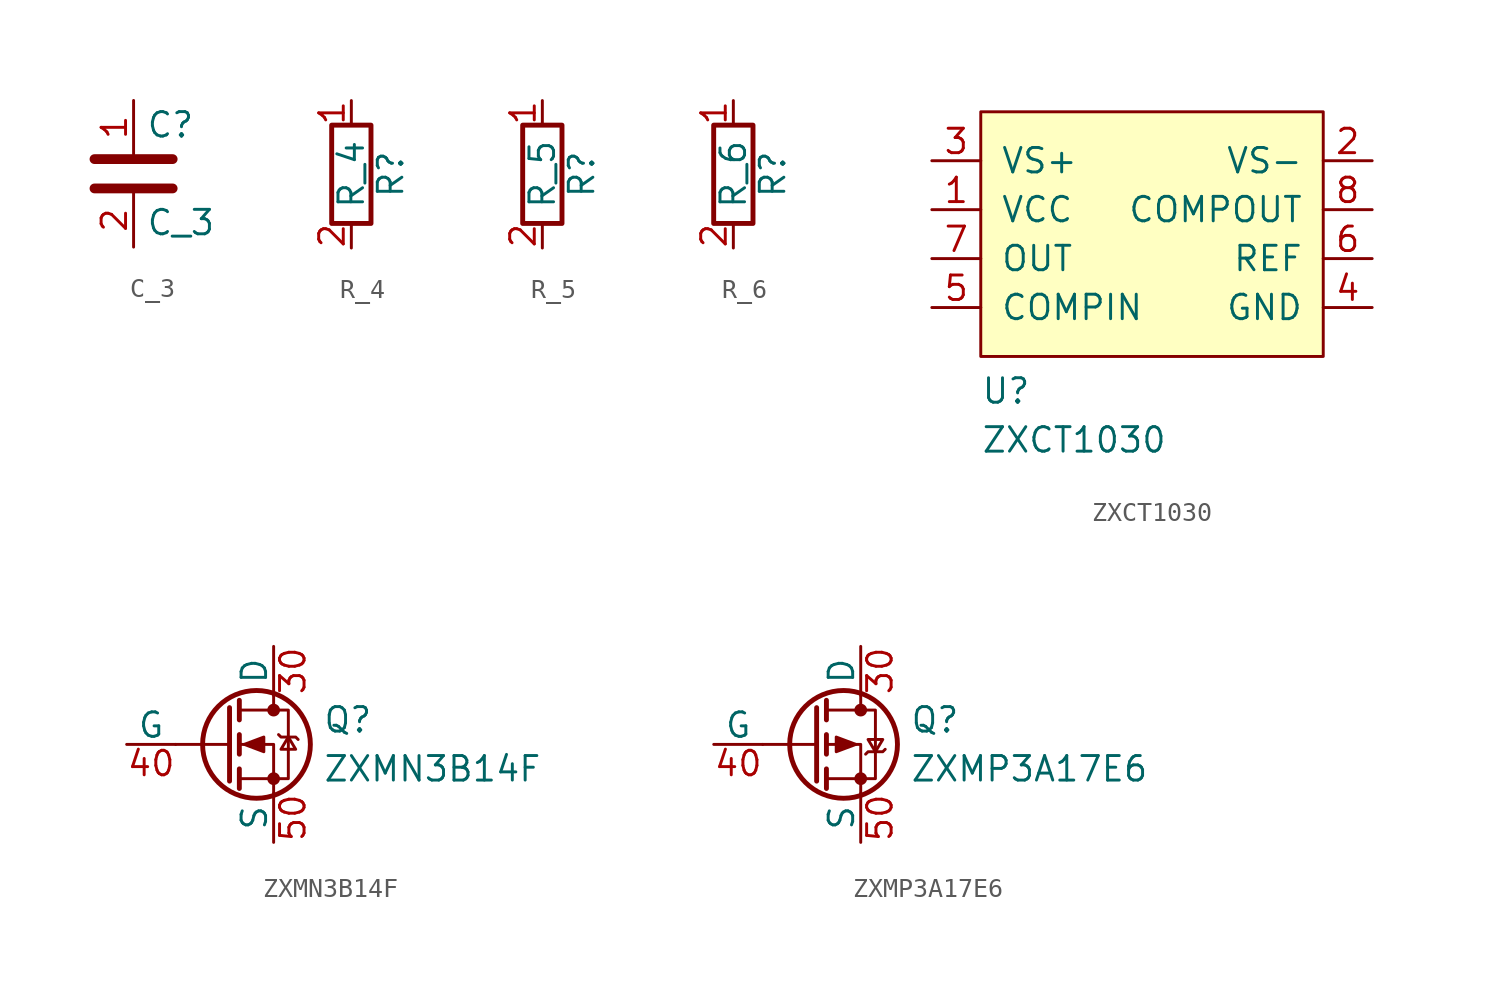
<source format=kicad_sym>
(kicad_symbol_lib
  (version 20231120)
  (generator "kicad_symbol_editor")
  (generator_version "8.0")
  (symbol "C_3"
    (pin_names
      (offset 0.254))
    (property "Reference" "C"
      (at 0.635 2.54 0)
      (effects (font (size 1.27 1.27)) (justify left)))
    (property "Value" "C_3"
      (at 0.635 -2.54 0)
      (effects (font (size 1.27 1.27)) (justify left)))
    (symbol "C_3_0_1"
      (polyline (pts (xy -2.032 -0.762) (xy 2.032 -0.762)) (stroke (width 0.508) (type default)) (fill (type none)))
      (polyline (pts (xy -2.032 0.762) (xy 2.032 0.762)) (stroke (width 0.508) (type default)) (fill (type none))))
    (symbol "C_3_1_1"
      (pin passive line (at 0 3.81 270) (length 2.794) (name "~" (effects (font (size 1.27 1.27)))) (number "1" (effects (font (size 1.27 1.27)))))
      (pin passive line (at 0 -3.81 90) (length 2.794) (name "~" (effects (font (size 1.27 1.27)))) (number "2" (effects (font (size 1.27 1.27)))))))
  (symbol "R_4"
    (pin_names
      (offset 0))
    (property "Reference" "R"
      (at 2.032 0 90)
      (effects (font (size 1.27 1.27))))
    (property "Value" "R_4"
      (at 0 0 90)
      (effects (font (size 1.27 1.27))))
    (symbol "R_4_0_1"
      (rectangle (start -1.016 -2.54) (end 1.016 2.54) (stroke (width 0.254) (type default)) (fill (type none))))
    (symbol "R_4_1_1"
      (pin passive line (at 0 3.81 270) (length 1.27) (name "~" (effects (font (size 1.27 1.27)))) (number "1" (effects (font (size 1.27 1.27)))))
      (pin passive line (at 0 -3.81 90) (length 1.27) (name "~" (effects (font (size 1.27 1.27)))) (number "2" (effects (font (size 1.27 1.27)))))))
  (symbol "R_5"
    (pin_names
      (offset 0))
    (property "Reference" "R"
      (at 2.032 0 90)
      (effects (font (size 1.27 1.27))))
    (property "Value" "R_5"
      (at 0 0 90)
      (effects (font (size 1.27 1.27))))
    (symbol "R_5_0_1"
      (rectangle (start -1.016 -2.54) (end 1.016 2.54) (stroke (width 0.254) (type default)) (fill (type none))))
    (symbol "R_5_1_1"
      (pin passive line (at 0 3.81 270) (length 1.27) (name "~" (effects (font (size 1.27 1.27)))) (number "1" (effects (font (size 1.27 1.27)))))
      (pin passive line (at 0 -3.81 90) (length 1.27) (name "~" (effects (font (size 1.27 1.27)))) (number "2" (effects (font (size 1.27 1.27)))))))
  (symbol "R_6"
    (pin_names
      (offset 0))
    (property "Reference" "R"
      (at 2.032 0 90)
      (effects (font (size 1.27 1.27))))
    (property "Value" "R_6"
      (at 0 0 90)
      (effects (font (size 1.27 1.27))))
    (symbol "R_6_0_1"
      (rectangle (start -1.016 -2.54) (end 1.016 2.54) (stroke (width 0.254) (type default)) (fill (type none))))
    (symbol "R_6_1_1"
      (pin passive line (at 0 3.81 270) (length 1.27) (name "~" (effects (font (size 1.27 1.27)))) (number "1" (effects (font (size 1.27 1.27)))))
      (pin passive line (at 0 -3.81 90) (length 1.27) (name "~" (effects (font (size 1.27 1.27)))) (number "2" (effects (font (size 1.27 1.27)))))))
  (symbol "ZXCT1030"
    (pin_names
      (offset 1.016))
    (property "Reference" "U"
      (at -8.89 -8.89 0)
      (effects (font (size 1.27 1.27)) (justify left bottom)))
    (property "Value" "ZXCT1030"
      (at -8.89 -11.43 0)
      (effects (font (size 1.27 1.27)) (justify left bottom)))
    (symbol "ZXCT1030_0_1"
      (rectangle (start -8.89 6.35) (end 8.89 -6.35) (stroke (width 0) (type default)) (fill (type background))))
    (symbol "ZXCT1030_1_1"
      (pin passive line (at -11.43 1.27 0) (length 2.54) (name "VCC" (effects (font (size 1.27 1.27)))) (number "1" (effects (font (size 1.27 1.27)))))
      (pin passive line (at 11.43 3.81 180) (length 2.54) (name "VS-" (effects (font (size 1.27 1.27)))) (number "2" (effects (font (size 1.27 1.27)))))
      (pin passive line (at -11.43 3.81 0) (length 2.54) (name "VS+" (effects (font (size 1.27 1.27)))) (number "3" (effects (font (size 1.27 1.27)))))
      (pin passive line (at 11.43 -3.81 180) (length 2.54) (name "GND" (effects (font (size 1.27 1.27)))) (number "4" (effects (font (size 1.27 1.27)))))
      (pin passive line (at -11.43 -3.81 0) (length 2.54) (name "COMPIN" (effects (font (size 1.27 1.27)))) (number "5" (effects (font (size 1.27 1.27)))))
      (pin passive line (at 11.43 -1.27 180) (length 2.54) (name "REF" (effects (font (size 1.27 1.27)))) (number "6" (effects (font (size 1.27 1.27)))))
      (pin passive line (at -11.43 -1.27 0) (length 2.54) (name "OUT" (effects (font (size 1.27 1.27)))) (number "7" (effects (font (size 1.27 1.27)))))
      (pin passive line (at 11.43 1.27 180) (length 2.54) (name "COMPOUT" (effects (font (size 1.27 1.27)))) (number "8" (effects (font (size 1.27 1.27)))))))
  (symbol "ZXMN3B14F"
    (pin_names
      (offset 0))
    (property "Reference" "Q"
      (at 5.08 1.27 0)
      (effects (font (size 1.27 1.27)) (justify left)))
    (property "Value" "ZXMN3B14F"
      (at 5.08 -1.27 0)
      (effects (font (size 1.27 1.27)) (justify left)))
    (symbol "ZXMN3B14F_0_1"
      (polyline (pts (xy 0.254 0) (xy -2.54 0)) (stroke (width 0) (type default)) (fill (type none)))
      (polyline (pts (xy 0.254 1.905) (xy 0.254 -1.905)) (stroke (width 0.254) (type default)) (fill (type none)))
      (polyline (pts (xy 0.762 -1.27) (xy 0.762 -2.286)) (stroke (width 0.254) (type default)) (fill (type none)))
      (polyline (pts (xy 0.762 0.508) (xy 0.762 -0.508)) (stroke (width 0.254) (type default)) (fill (type none)))
      (polyline (pts (xy 0.762 2.286) (xy 0.762 1.27)) (stroke (width 0.254) (type default)) (fill (type none)))
      (polyline (pts (xy 2.54 2.54) (xy 2.54 1.778)) (stroke (width 0) (type default)) (fill (type none)))
      (polyline (pts (xy 2.54 -2.54) (xy 2.54 0) (xy 0.762 0)) (stroke (width 0) (type default)) (fill (type none)))
      (polyline (pts (xy 0.762 -1.778) (xy 3.302 -1.778) (xy 3.302 1.778) (xy 0.762 1.778)) (stroke (width 0) (type default)) (fill (type none)))
      (polyline (pts (xy 1.016 0) (xy 2.032 0.381) (xy 2.032 -0.381) (xy 1.016 0)) (stroke (width 0) (type default)) (fill (type outline)))
      (polyline (pts (xy 2.794 0.508) (xy 2.921 0.381) (xy 3.683 0.381) (xy 3.81 0.254)) (stroke (width 0) (type default)) (fill (type none)))
      (polyline (pts (xy 3.302 0.381) (xy 2.921 -0.254) (xy 3.683 -0.254) (xy 3.302 0.381)) (stroke (width 0) (type default)) (fill (type none)))
      (circle (center 1.651 0) (radius 2.794) (stroke (width 0.254) (type default)) (fill (type none)))
      (circle (center 2.54 -1.778) (radius 0.254) (stroke (width 0) (type default)) (fill (type outline)))
      (circle (center 2.54 1.778) (radius 0.254) (stroke (width 0) (type default)) (fill (type outline))))
    (symbol "ZXMN3B14F_1_1"
      (pin passive line (at 2.54 5.08 270) (length 2.54) (name "D" (effects (font (size 1.27 1.27)))) (number "30" (effects (font (size 1.27 1.27)))))
      (pin passive line (at -5.08 0 0) (length 2.54) (name "G" (effects (font (size 1.27 1.27)))) (number "40" (effects (font (size 1.27 1.27)))))
      (pin passive line (at 2.54 -5.08 90) (length 2.54) (name "S" (effects (font (size 1.27 1.27)))) (number "50" (effects (font (size 1.27 1.27)))))))
  (symbol "ZXMP3A17E6"
    (pin_names
      (offset 0))
    (property "Reference" "Q"
      (at 5.08 1.27 0)
      (effects (font (size 1.27 1.27)) (justify left)))
    (property "Value" "ZXMP3A17E6"
      (at 5.08 -1.27 0)
      (effects (font (size 1.27 1.27)) (justify left)))
    (symbol "ZXMP3A17E6_0_1"
      (polyline (pts (xy 0.254 0) (xy -2.54 0)) (stroke (width 0) (type default)) (fill (type none)))
      (polyline (pts (xy 0.254 1.905) (xy 0.254 -1.905)) (stroke (width 0.254) (type default)) (fill (type none)))
      (polyline (pts (xy 0.762 -1.27) (xy 0.762 -2.286)) (stroke (width 0.254) (type default)) (fill (type none)))
      (polyline (pts (xy 0.762 0.508) (xy 0.762 -0.508)) (stroke (width 0.254) (type default)) (fill (type none)))
      (polyline (pts (xy 0.762 2.286) (xy 0.762 1.27)) (stroke (width 0.254) (type default)) (fill (type none)))
      (polyline (pts (xy 2.54 2.54) (xy 2.54 1.778)) (stroke (width 0) (type default)) (fill (type none)))
      (polyline (pts (xy 2.54 -2.54) (xy 2.54 0) (xy 0.762 0)) (stroke (width 0) (type default)) (fill (type none)))
      (polyline (pts (xy 0.762 1.778) (xy 3.302 1.778) (xy 3.302 -1.778) (xy 0.762 -1.778)) (stroke (width 0) (type default)) (fill (type none)))
      (polyline (pts (xy 2.286 0) (xy 1.27 0.381) (xy 1.27 -0.381) (xy 2.286 0)) (stroke (width 0) (type default)) (fill (type outline)))
      (polyline (pts (xy 2.794 -0.508) (xy 2.921 -0.381) (xy 3.683 -0.381) (xy 3.81 -0.254)) (stroke (width 0) (type default)) (fill (type none)))
      (polyline (pts (xy 3.302 -0.381) (xy 2.921 0.254) (xy 3.683 0.254) (xy 3.302 -0.381)) (stroke (width 0) (type default)) (fill (type none)))
      (circle (center 1.651 0) (radius 2.794) (stroke (width 0.254) (type default)) (fill (type none)))
      (circle (center 2.54 -1.778) (radius 0.254) (stroke (width 0) (type default)) (fill (type outline)))
      (circle (center 2.54 1.778) (radius 0.254) (stroke (width 0) (type default)) (fill (type outline))))
    (symbol "ZXMP3A17E6_1_1"
      (pin passive line (at 2.54 5.08 270) (length 2.54) (name "D" (effects (font (size 1.27 1.27)))) (number "30" (effects (font (size 1.27 1.27)))))
      (pin passive line (at -5.08 0 0) (length 2.54) (name "G" (effects (font (size 1.27 1.27)))) (number "40" (effects (font (size 1.27 1.27)))))
      (pin passive line (at 2.54 -5.08 90) (length 2.54) (name "S" (effects (font (size 1.27 1.27)))) (number "50" (effects (font (size 1.27 1.27))))))))
</source>
